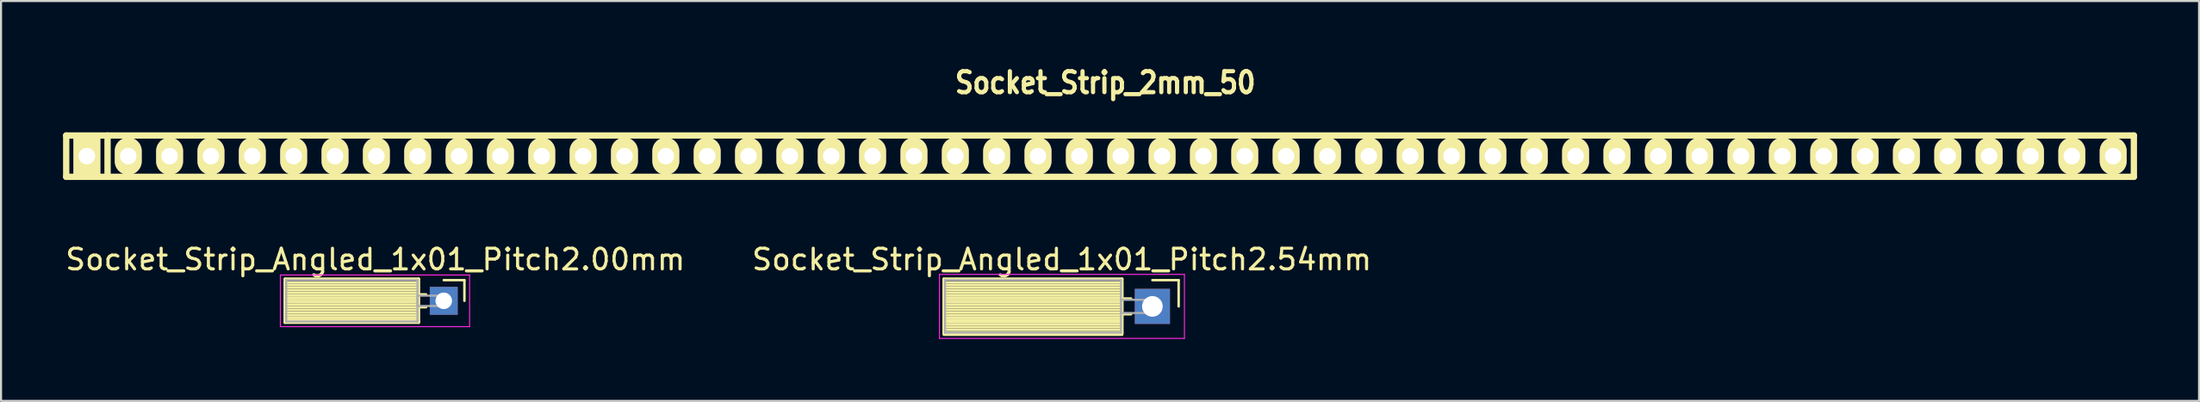
<source format=kicad_pcb>
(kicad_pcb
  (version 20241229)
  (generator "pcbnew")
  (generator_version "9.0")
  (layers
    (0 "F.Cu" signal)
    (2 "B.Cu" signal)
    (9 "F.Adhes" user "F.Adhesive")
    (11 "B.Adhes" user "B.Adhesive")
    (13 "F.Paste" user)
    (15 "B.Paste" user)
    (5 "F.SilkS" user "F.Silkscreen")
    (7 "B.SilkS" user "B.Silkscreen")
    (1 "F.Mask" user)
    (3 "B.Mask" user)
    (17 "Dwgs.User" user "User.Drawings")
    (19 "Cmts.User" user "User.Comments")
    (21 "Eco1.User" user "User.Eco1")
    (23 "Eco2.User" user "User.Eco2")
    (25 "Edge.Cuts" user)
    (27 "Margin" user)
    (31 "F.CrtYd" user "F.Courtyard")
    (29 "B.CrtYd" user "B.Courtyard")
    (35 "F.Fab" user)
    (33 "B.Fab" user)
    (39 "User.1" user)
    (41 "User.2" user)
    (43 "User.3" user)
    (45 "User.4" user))
  (footprint "Socket_Strip_Angled_1x01_Pitch2.00mm"
    (layer "F.Cu")
    (at 18.411 11.508)
    (property "Reference" "Socket_Strip_Angled_1x01_Pitch2.00mm" (at -3.31 -2 0) (layer "F.SilkS") (effects (font (size 1 1) (thickness 0.15))))
    (attr through_hole)
    (fp_line (start -7.68 -1.06) (end -1.21 -1.06) (stroke (width 0.12) (type solid)) (layer "F.SilkS"))
    (fp_line (start -7.68 -1.06) (end -1.21 -1.06) (stroke (width 0.12) (type solid)) (layer "F.SilkS"))
    (fp_line (start -7.68 1) (end -7.68 -1.06) (stroke (width 0.12) (type solid)) (layer "F.SilkS"))
    (fp_line (start -7.68 1.06) (end -7.68 -1.06) (stroke (width 0.12) (type solid)) (layer "F.SilkS"))
    (fp_line (start -1.21 -1.06) (end -1.21 1) (stroke (width 0.12) (type solid)) (layer "F.SilkS"))
    (fp_line (start -1.21 -1.06) (end -1.21 1.06) (stroke (width 0.12) (type solid)) (layer "F.SilkS"))
    (fp_line (start -1.21 -0.88) (end -7.68 -0.88) (stroke (width 0.12) (type solid)) (layer "F.SilkS"))
    (fp_line (start -1.21 -0.76) (end -7.68 -0.76) (stroke (width 0.12) (type solid)) (layer "F.SilkS"))
    (fp_line (start -1.21 -0.64) (end -7.68 -0.64) (stroke (width 0.12) (type solid)) (layer "F.SilkS"))
    (fp_line (start -1.21 -0.52) (end -7.68 -0.52) (stroke (width 0.12) (type solid)) (layer "F.SilkS"))
    (fp_line (start -1.21 -0.4) (end -7.68 -0.4) (stroke (width 0.12) (type solid)) (layer "F.SilkS"))
    (fp_line (start -1.21 -0.28) (end -7.68 -0.28) (stroke (width 0.12) (type solid)) (layer "F.SilkS"))
    (fp_line (start -1.21 -0.16) (end -7.68 -0.16) (stroke (width 0.12) (type solid)) (layer "F.SilkS"))
    (fp_line (start -1.21 -0.04) (end -7.68 -0.04) (stroke (width 0.12) (type solid)) (layer "F.SilkS"))
    (fp_line (start -1.21 0.08) (end -7.68 0.08) (stroke (width 0.12) (type solid)) (layer "F.SilkS"))
    (fp_line (start -1.21 0.2) (end -7.68 0.2) (stroke (width 0.12) (type solid)) (layer "F.SilkS"))
    (fp_line (start -1.21 0.32) (end -7.68 0.32) (stroke (width 0.12) (type solid)) (layer "F.SilkS"))
    (fp_line (start -1.21 0.44) (end -7.68 0.44) (stroke (width 0.12) (type solid)) (layer "F.SilkS"))
    (fp_line (start -1.21 0.56) (end -7.68 0.56) (stroke (width 0.12) (type solid)) (layer "F.SilkS"))
    (fp_line (start -1.21 0.68) (end -7.68 0.68) (stroke (width 0.12) (type solid)) (layer "F.SilkS"))
    (fp_line (start -1.21 0.8) (end -7.68 0.8) (stroke (width 0.12) (type solid)) (layer "F.SilkS"))
    (fp_line (start -1.21 0.92) (end -7.68 0.92) (stroke (width 0.12) (type solid)) (layer "F.SilkS"))
    (fp_line (start -1.21 1) (end -7.68 1) (stroke (width 0.12) (type solid)) (layer "F.SilkS"))
    (fp_line (start -1.21 1.04) (end -7.68 1.04) (stroke (width 0.12) (type solid)) (layer "F.SilkS"))
    (fp_line (start -1.21 1.06) (end -7.68 1.06) (stroke (width 0.12) (type solid)) (layer "F.SilkS"))
    (fp_line (start -0.855 -0.31) (end -1.21 -0.31) (stroke (width 0.12) (type solid)) (layer "F.SilkS"))
    (fp_line (start -0.855 0.31) (end -1.21 0.31) (stroke (width 0.12) (type solid)) (layer "F.SilkS"))
    (fp_line (start 0 -1) (end 1 -1) (stroke (width 0.12) (type solid)) (layer "F.SilkS"))
    (fp_line (start 1 -1) (end 1 0) (stroke (width 0.12) (type solid)) (layer "F.SilkS"))
    (fp_line (start -7.9 -1.25) (end 1.25 -1.25) (stroke (width 0.05) (type solid)) (layer "F.CrtYd"))
    (fp_line (start -7.9 1.25) (end -7.9 -1.25) (stroke (width 0.05) (type solid)) (layer "F.CrtYd"))
    (fp_line (start 1.25 -1.25) (end 1.25 1.25) (stroke (width 0.05) (type solid)) (layer "F.CrtYd"))
    (fp_line (start 1.25 1.25) (end -7.9 1.25) (stroke (width 0.05) (type solid)) (layer "F.CrtYd"))
    (fp_line (start -7.62 -1) (end -1.27 -1) (stroke (width 0.1) (type solid)) (layer "F.Fab"))
    (fp_line (start -7.62 1) (end -7.62 -1) (stroke (width 0.1) (type solid)) (layer "F.Fab"))
    (fp_line (start -1.27 -1) (end -1.27 1) (stroke (width 0.1) (type solid)) (layer "F.Fab"))
    (fp_line (start -1.27 -0.25) (end 0 -0.25) (stroke (width 0.1) (type solid)) (layer "F.Fab"))
    (fp_line (start -1.27 0.25) (end -1.27 -0.25) (stroke (width 0.1) (type solid)) (layer "F.Fab"))
    (fp_line (start -1.27 1) (end -7.62 1) (stroke (width 0.1) (type solid)) (layer "F.Fab"))
    (fp_line (start 0 -0.25) (end 0 0.25) (stroke (width 0.1) (type solid)) (layer "F.Fab"))
    (fp_line (start 0 0.25) (end -1.27 0.25) (stroke (width 0.1) (type solid)) (layer "F.Fab"))
    (pad "1" thru_hole rect (at 0 0) (size 1.35 1.35) (drill 0.8) (layers "*.Cu" "*.Mask")))
  (footprint "Socket_Strip_Angled_1x01_Pitch2.54mm"
    (layer "F.Cu")
    (at 52.684 11.778)
    (property "Reference" "Socket_Strip_Angled_1x01_Pitch2.54mm" (at -4.38 -2.27 0) (layer "F.SilkS") (effects (font (size 1 1) (thickness 0.15))))
    (attr through_hole)
    (fp_line (start -10.09 -1.33) (end -1.46 -1.33) (stroke (width 0.12) (type solid)) (layer "F.SilkS"))
    (fp_line (start -10.09 -1.33) (end -1.46 -1.33) (stroke (width 0.12) (type solid)) (layer "F.SilkS"))
    (fp_line (start -10.09 1.27) (end -10.09 -1.33) (stroke (width 0.12) (type solid)) (layer "F.SilkS"))
    (fp_line (start -10.09 1.33) (end -10.09 -1.33) (stroke (width 0.12) (type solid)) (layer "F.SilkS"))
    (fp_line (start -1.46 -1.33) (end -1.46 1.27) (stroke (width 0.12) (type solid)) (layer "F.SilkS"))
    (fp_line (start -1.46 -1.33) (end -1.46 1.33) (stroke (width 0.12) (type solid)) (layer "F.SilkS"))
    (fp_line (start -1.46 -1.15) (end -10.09 -1.15) (stroke (width 0.12) (type solid)) (layer "F.SilkS"))
    (fp_line (start -1.46 -1.03) (end -10.09 -1.03) (stroke (width 0.12) (type solid)) (layer "F.SilkS"))
    (fp_line (start -1.46 -0.91) (end -10.09 -0.91) (stroke (width 0.12) (type solid)) (layer "F.SilkS"))
    (fp_line (start -1.46 -0.79) (end -10.09 -0.79) (stroke (width 0.12) (type solid)) (layer "F.SilkS"))
    (fp_line (start -1.46 -0.67) (end -10.09 -0.67) (stroke (width 0.12) (type solid)) (layer "F.SilkS"))
    (fp_line (start -1.46 -0.55) (end -10.09 -0.55) (stroke (width 0.12) (type solid)) (layer "F.SilkS"))
    (fp_line (start -1.46 -0.43) (end -10.09 -0.43) (stroke (width 0.12) (type solid)) (layer "F.SilkS"))
    (fp_line (start -1.46 -0.31) (end -10.09 -0.31) (stroke (width 0.12) (type solid)) (layer "F.SilkS"))
    (fp_line (start -1.46 -0.19) (end -10.09 -0.19) (stroke (width 0.12) (type solid)) (layer "F.SilkS"))
    (fp_line (start -1.46 -0.07) (end -10.09 -0.07) (stroke (width 0.12) (type solid)) (layer "F.SilkS"))
    (fp_line (start -1.46 0.05) (end -10.09 0.05) (stroke (width 0.12) (type solid)) (layer "F.SilkS"))
    (fp_line (start -1.46 0.17) (end -10.09 0.17) (stroke (width 0.12) (type solid)) (layer "F.SilkS"))
    (fp_line (start -1.46 0.29) (end -10.09 0.29) (stroke (width 0.12) (type solid)) (layer "F.SilkS"))
    (fp_line (start -1.46 0.41) (end -10.09 0.41) (stroke (width 0.12) (type solid)) (layer "F.SilkS"))
    (fp_line (start -1.46 0.53) (end -10.09 0.53) (stroke (width 0.12) (type solid)) (layer "F.SilkS"))
    (fp_line (start -1.46 0.65) (end -10.09 0.65) (stroke (width 0.12) (type solid)) (layer "F.SilkS"))
    (fp_line (start -1.46 0.77) (end -10.09 0.77) (stroke (width 0.12) (type solid)) (layer "F.SilkS"))
    (fp_line (start -1.46 0.89) (end -10.09 0.89) (stroke (width 0.12) (type solid)) (layer "F.SilkS"))
    (fp_line (start -1.46 1.01) (end -10.09 1.01) (stroke (width 0.12) (type solid)) (layer "F.SilkS"))
    (fp_line (start -1.46 1.13) (end -10.09 1.13) (stroke (width 0.12) (type solid)) (layer "F.SilkS"))
    (fp_line (start -1.46 1.25) (end -10.09 1.25) (stroke (width 0.12) (type solid)) (layer "F.SilkS"))
    (fp_line (start -1.46 1.27) (end -10.09 1.27) (stroke (width 0.12) (type solid)) (layer "F.SilkS"))
    (fp_line (start -1.46 1.33) (end -10.09 1.33) (stroke (width 0.12) (type solid)) (layer "F.SilkS"))
    (fp_line (start -1.46 1.37) (end -10.09 1.37) (stroke (width 0.12) (type solid)) (layer "F.SilkS"))
    (fp_line (start -1.03 -0.38) (end -1.46 -0.38) (stroke (width 0.12) (type solid)) (layer "F.SilkS"))
    (fp_line (start -1.03 0.38) (end -1.46 0.38) (stroke (width 0.12) (type solid)) (layer "F.SilkS"))
    (fp_line (start 0 -1.27) (end 1.27 -1.27) (stroke (width 0.12) (type solid)) (layer "F.SilkS"))
    (fp_line (start 1.27 -1.27) (end 1.27 0) (stroke (width 0.12) (type solid)) (layer "F.SilkS"))
    (fp_line (start -10.3 -1.55) (end 1.55 -1.55) (stroke (width 0.05) (type solid)) (layer "F.CrtYd"))
    (fp_line (start -10.3 1.55) (end -10.3 -1.55) (stroke (width 0.05) (type solid)) (layer "F.CrtYd"))
    (fp_line (start 1.55 -1.55) (end 1.55 1.55) (stroke (width 0.05) (type solid)) (layer "F.CrtYd"))
    (fp_line (start 1.55 1.55) (end -10.3 1.55) (stroke (width 0.05) (type solid)) (layer "F.CrtYd"))
    (fp_line (start -10.03 -1.27) (end -1.52 -1.27) (stroke (width 0.1) (type solid)) (layer "F.Fab"))
    (fp_line (start -10.03 1.27) (end -10.03 -1.27) (stroke (width 0.1) (type solid)) (layer "F.Fab"))
    (fp_line (start -1.52 -1.27) (end -1.52 1.27) (stroke (width 0.1) (type solid)) (layer "F.Fab"))
    (fp_line (start -1.52 -0.32) (end 0 -0.32) (stroke (width 0.1) (type solid)) (layer "F.Fab"))
    (fp_line (start -1.52 0.32) (end -1.52 -0.32) (stroke (width 0.1) (type solid)) (layer "F.Fab"))
    (fp_line (start -1.52 1.27) (end -10.03 1.27) (stroke (width 0.1) (type solid)) (layer "F.Fab"))
    (fp_line (start 0 -0.32) (end 0 0.32) (stroke (width 0.1) (type solid)) (layer "F.Fab"))
    (fp_line (start 0 0.32) (end -1.52 0.32) (stroke (width 0.1) (type solid)) (layer "F.Fab"))
    (pad "1" thru_hole rect (at 0 0) (size 1.7 1.7) (drill 1) (layers "*.Cu" "*.Mask")))
  (footprint "Socket_Strip_2mm_50"
    (layer "F.Cu")
    (at 50.152 4.507)
    (property "Reference" "Socket_Strip_2mm_50" (at 0.254 -3.556 0) (layer "F.SilkS") (effects (font (size 1.016 0.889) (thickness 0.203))))
    (attr through_hole)
    (fp_line (start -50 -1) (end 50 -1) (stroke (width 0.305) (type solid)) (layer "F.SilkS"))
    (fp_line (start -50 1) (end -50 -1) (stroke (width 0.305) (type solid)) (layer "F.SilkS"))
    (fp_line (start -48 -1) (end -48 1) (stroke (width 0.305) (type solid)) (layer "F.SilkS"))
    (fp_line (start 50 -1) (end 50 1) (stroke (width 0.305) (type solid)) (layer "F.SilkS"))
    (fp_line (start 50 1) (end -50 1) (stroke (width 0.305) (type solid)) (layer "F.SilkS"))
    (pad "1" thru_hole rect (at -49 0) (size 1.3 1.8) (drill 0.8) (layers "*.Cu" "*.Mask" "F.SilkS"))
    (pad "2" thru_hole oval (at -47 0) (size 1.3 1.8) (drill 0.8) (layers "*.Cu" "*.Mask" "F.SilkS"))
    (pad "3" thru_hole oval (at -45 0) (size 1.3 1.8) (drill 0.8) (layers "*.Cu" "*.Mask" "F.SilkS"))
    (pad "4" thru_hole oval (at -43 0) (size 1.3 1.8) (drill 0.8) (layers "*.Cu" "*.Mask" "F.SilkS"))
    (pad "5" thru_hole oval (at -41 0) (size 1.3 1.8) (drill 0.8) (layers "*.Cu" "*.Mask" "F.SilkS"))
    (pad "6" thru_hole oval (at -39 0) (size 1.3 1.8) (drill 0.8) (layers "*.Cu" "*.Mask" "F.SilkS"))
    (pad "7" thru_hole oval (at -37 0) (size 1.3 1.8) (drill 0.8) (layers "*.Cu" "*.Mask" "F.SilkS"))
    (pad "8" thru_hole oval (at -35 0) (size 1.3 1.8) (drill 0.8) (layers "*.Cu" "*.Mask" "F.SilkS"))
    (pad "9" thru_hole oval (at -33 0) (size 1.3 1.8) (drill 0.8) (layers "*.Cu" "*.Mask" "F.SilkS"))
    (pad "10" thru_hole oval (at -31 0) (size 1.3 1.8) (drill 0.8) (layers "*.Cu" "*.Mask" "F.SilkS"))
    (pad "11" thru_hole oval (at -29 0) (size 1.3 1.8) (drill 0.8) (layers "*.Cu" "*.Mask" "F.SilkS"))
    (pad "12" thru_hole oval (at -27 0) (size 1.3 1.8) (drill 0.8) (layers "*.Cu" "*.Mask" "F.SilkS"))
    (pad "13" thru_hole oval (at -25 0) (size 1.3 1.8) (drill 0.8) (layers "*.Cu" "*.Mask" "F.SilkS"))
    (pad "14" thru_hole oval (at -23 0) (size 1.3 1.8) (drill 0.8) (layers "*.Cu" "*.Mask" "F.SilkS"))
    (pad "15" thru_hole oval (at -21 0) (size 1.3 1.8) (drill 0.8) (layers "*.Cu" "*.Mask" "F.SilkS"))
    (pad "16" thru_hole oval (at -19 0) (size 1.3 1.8) (drill 0.8) (layers "*.Cu" "*.Mask" "F.SilkS"))
    (pad "17" thru_hole oval (at -17 0) (size 1.3 1.8) (drill 0.8) (layers "*.Cu" "*.Mask" "F.SilkS"))
    (pad "18" thru_hole oval (at -15 0) (size 1.3 1.8) (drill 0.8) (layers "*.Cu" "*.Mask" "F.SilkS"))
    (pad "19" thru_hole oval (at -13 0) (size 1.3 1.8) (drill 0.8) (layers "*.Cu" "*.Mask" "F.SilkS"))
    (pad "20" thru_hole oval (at -11 0) (size 1.3 1.8) (drill 0.8) (layers "*.Cu" "*.Mask" "F.SilkS"))
    (pad "21" thru_hole oval (at -9 0) (size 1.3 1.8) (drill 0.8) (layers "*.Cu" "*.Mask" "F.SilkS"))
    (pad "22" thru_hole oval (at -7 0) (size 1.3 1.8) (drill 0.8) (layers "*.Cu" "*.Mask" "F.SilkS"))
    (pad "23" thru_hole oval (at -5 0) (size 1.3 1.8) (drill 0.8) (layers "*.Cu" "*.Mask" "F.SilkS"))
    (pad "24" thru_hole oval (at -3 0) (size 1.3 1.8) (drill 0.8) (layers "*.Cu" "*.Mask" "F.SilkS"))
    (pad "25" thru_hole oval (at -1 0) (size 1.3 1.8) (drill 0.8) (layers "*.Cu" "*.Mask" "F.SilkS"))
    (pad "26" thru_hole oval (at 1 0) (size 1.3 1.8) (drill 0.8) (layers "*.Cu" "*.Mask" "F.SilkS"))
    (pad "27" thru_hole oval (at 3 0) (size 1.3 1.8) (drill 0.8) (layers "*.Cu" "*.Mask" "F.SilkS"))
    (pad "28" thru_hole oval (at 5 0) (size 1.3 1.8) (drill 0.8) (layers "*.Cu" "*.Mask" "F.SilkS"))
    (pad "29" thru_hole oval (at 7 0) (size 1.3 1.8) (drill 0.8) (layers "*.Cu" "*.Mask" "F.SilkS"))
    (pad "30" thru_hole oval (at 9 0) (size 1.3 1.8) (drill 0.8) (layers "*.Cu" "*.Mask" "F.SilkS"))
    (pad "31" thru_hole oval (at 11 0) (size 1.3 1.8) (drill 0.8) (layers "*.Cu" "*.Mask" "F.SilkS"))
    (pad "32" thru_hole oval (at 13 0) (size 1.3 1.8) (drill 0.8) (layers "*.Cu" "*.Mask" "F.SilkS"))
    (pad "33" thru_hole oval (at 15 0) (size 1.3 1.8) (drill 0.8) (layers "*.Cu" "*.Mask" "F.SilkS"))
    (pad "34" thru_hole oval (at 17 0) (size 1.3 1.8) (drill 0.8) (layers "*.Cu" "*.Mask" "F.SilkS"))
    (pad "35" thru_hole oval (at 19 0) (size 1.3 1.8) (drill 0.8) (layers "*.Cu" "*.Mask" "F.SilkS"))
    (pad "36" thru_hole oval (at 21 0) (size 1.3 1.8) (drill 0.8) (layers "*.Cu" "*.Mask" "F.SilkS"))
    (pad "37" thru_hole oval (at 23 0) (size 1.3 1.8) (drill 0.8) (layers "*.Cu" "*.Mask" "F.SilkS"))
    (pad "38" thru_hole oval (at 25 0) (size 1.3 1.8) (drill 0.8) (layers "*.Cu" "*.Mask" "F.SilkS"))
    (pad "39" thru_hole oval (at 27 0) (size 1.3 1.8) (drill 0.8) (layers "*.Cu" "*.Mask" "F.SilkS"))
    (pad "40" thru_hole oval (at 29 0) (size 1.3 1.8) (drill 0.8) (layers "*.Cu" "*.Mask" "F.SilkS"))
    (pad "41" thru_hole oval (at 31 0) (size 1.3 1.8) (drill 0.8) (layers "*.Cu" "*.Mask" "F.SilkS"))
    (pad "42" thru_hole oval (at 33 0) (size 1.3 1.8) (drill 0.8) (layers "*.Cu" "*.Mask" "F.SilkS"))
    (pad "43" thru_hole oval (at 35 0) (size 1.3 1.8) (drill 0.8) (layers "*.Cu" "*.Mask" "F.SilkS"))
    (pad "44" thru_hole oval (at 37 0) (size 1.3 1.8) (drill 0.8) (layers "*.Cu" "*.Mask" "F.SilkS"))
    (pad "45" thru_hole oval (at 39 0) (size 1.3 1.8) (drill 0.8) (layers "*.Cu" "*.Mask" "F.SilkS"))
    (pad "46" thru_hole oval (at 41 0) (size 1.3 1.8) (drill 0.8) (layers "*.Cu" "*.Mask" "F.SilkS"))
    (pad "47" thru_hole oval (at 43 0) (size 1.3 1.8) (drill 0.8) (layers "*.Cu" "*.Mask" "F.SilkS"))
    (pad "48" thru_hole oval (at 45 0) (size 1.3 1.8) (drill 0.8) (layers "*.Cu" "*.Mask" "F.SilkS"))
    (pad "49" thru_hole oval (at 47 0) (size 1.3 1.8) (drill 0.8) (layers "*.Cu" "*.Mask" "F.SilkS"))
    (pad "50" thru_hole oval (at 49 0) (size 1.3 1.8) (drill 0.8) (layers "*.Cu" "*.Mask" "F.SilkS")))
  (gr_rect
    (start -3 -3)
    (end 103.305 16.353)
    (stroke (width 0.1) (type default))
    (fill no)
    (layer "Edge.Cuts")))
</source>
